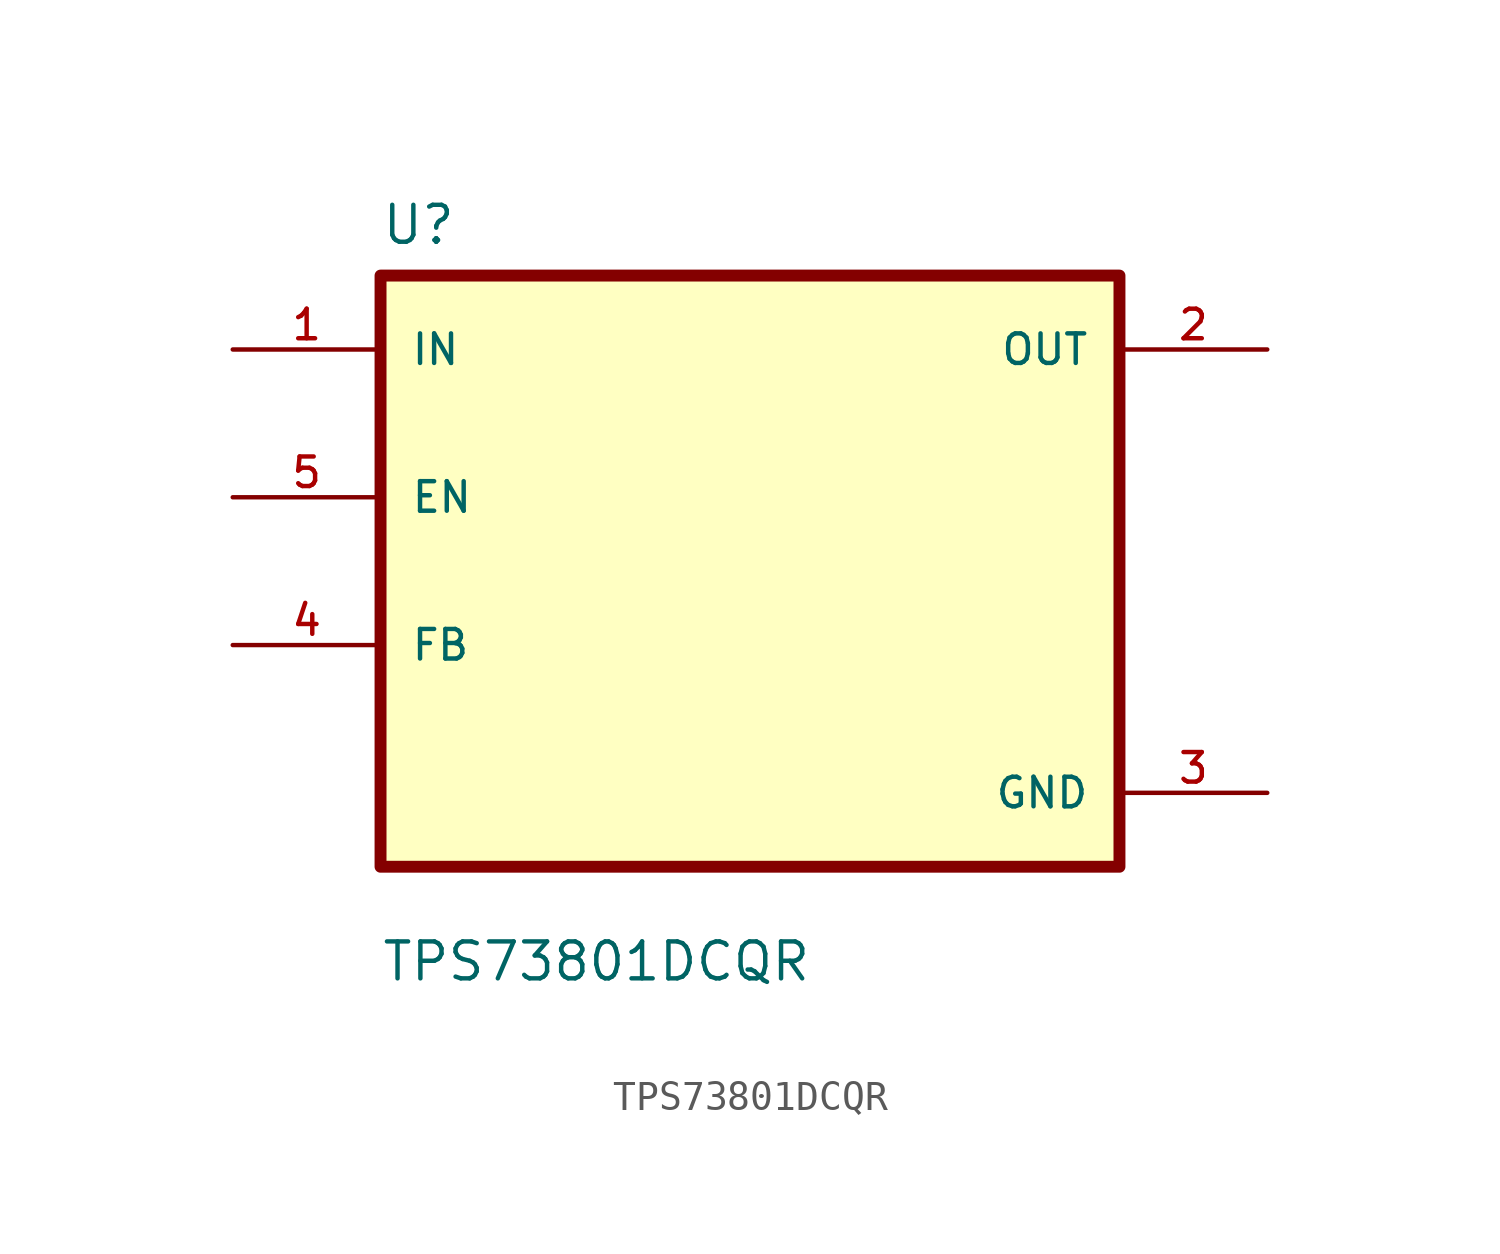
<source format=kicad_sym>
(kicad_symbol_lib
  (version 20211014)
  (generator kicad_symbol_editor)
  (symbol "TPS73801DCQR"
    (pin_names
      (offset 1.016))
    (property "Reference" "U"
      (at -12.7 11.16 0.0)
      (effects (font (size 1.27 1.27)) (justify bottom left)))
    (property "Value" "TPS73801DCQR"
      (at -12.7 -14.16 0.0)
      (effects (font (size 1.27 1.27)) (justify bottom left)))
    (symbol "TPS73801DCQR_0_0"
      (rectangle (start -12.7 -10.16) (end 12.7 10.16) (stroke (width 0.41)) (fill (type background)))
      (pin input line (at -17.78 7.62 0) (length 5.08) (name "IN" (effects (font (size 1.016 1.016)))) (number "1" (effects (font (size 1.016 1.016)))))
      (pin bidirectional line (at -17.78 2.54 0) (length 5.08) (name "EN" (effects (font (size 1.016 1.016)))) (number "5" (effects (font (size 1.016 1.016)))))
      (pin bidirectional line (at -17.78 -2.54 0) (length 5.08) (name "FB" (effects (font (size 1.016 1.016)))) (number "4" (effects (font (size 1.016 1.016)))))
      (pin output line (at 17.78 7.62 180.0) (length 5.08) (name "OUT" (effects (font (size 1.016 1.016)))) (number "2" (effects (font (size 1.016 1.016)))))
      (pin power_in line (at 17.78 -7.62 180.0) (length 5.08) (name "GND" (effects (font (size 1.016 1.016)))) (number "3" (effects (font (size 1.016 1.016))))))))
</source>
